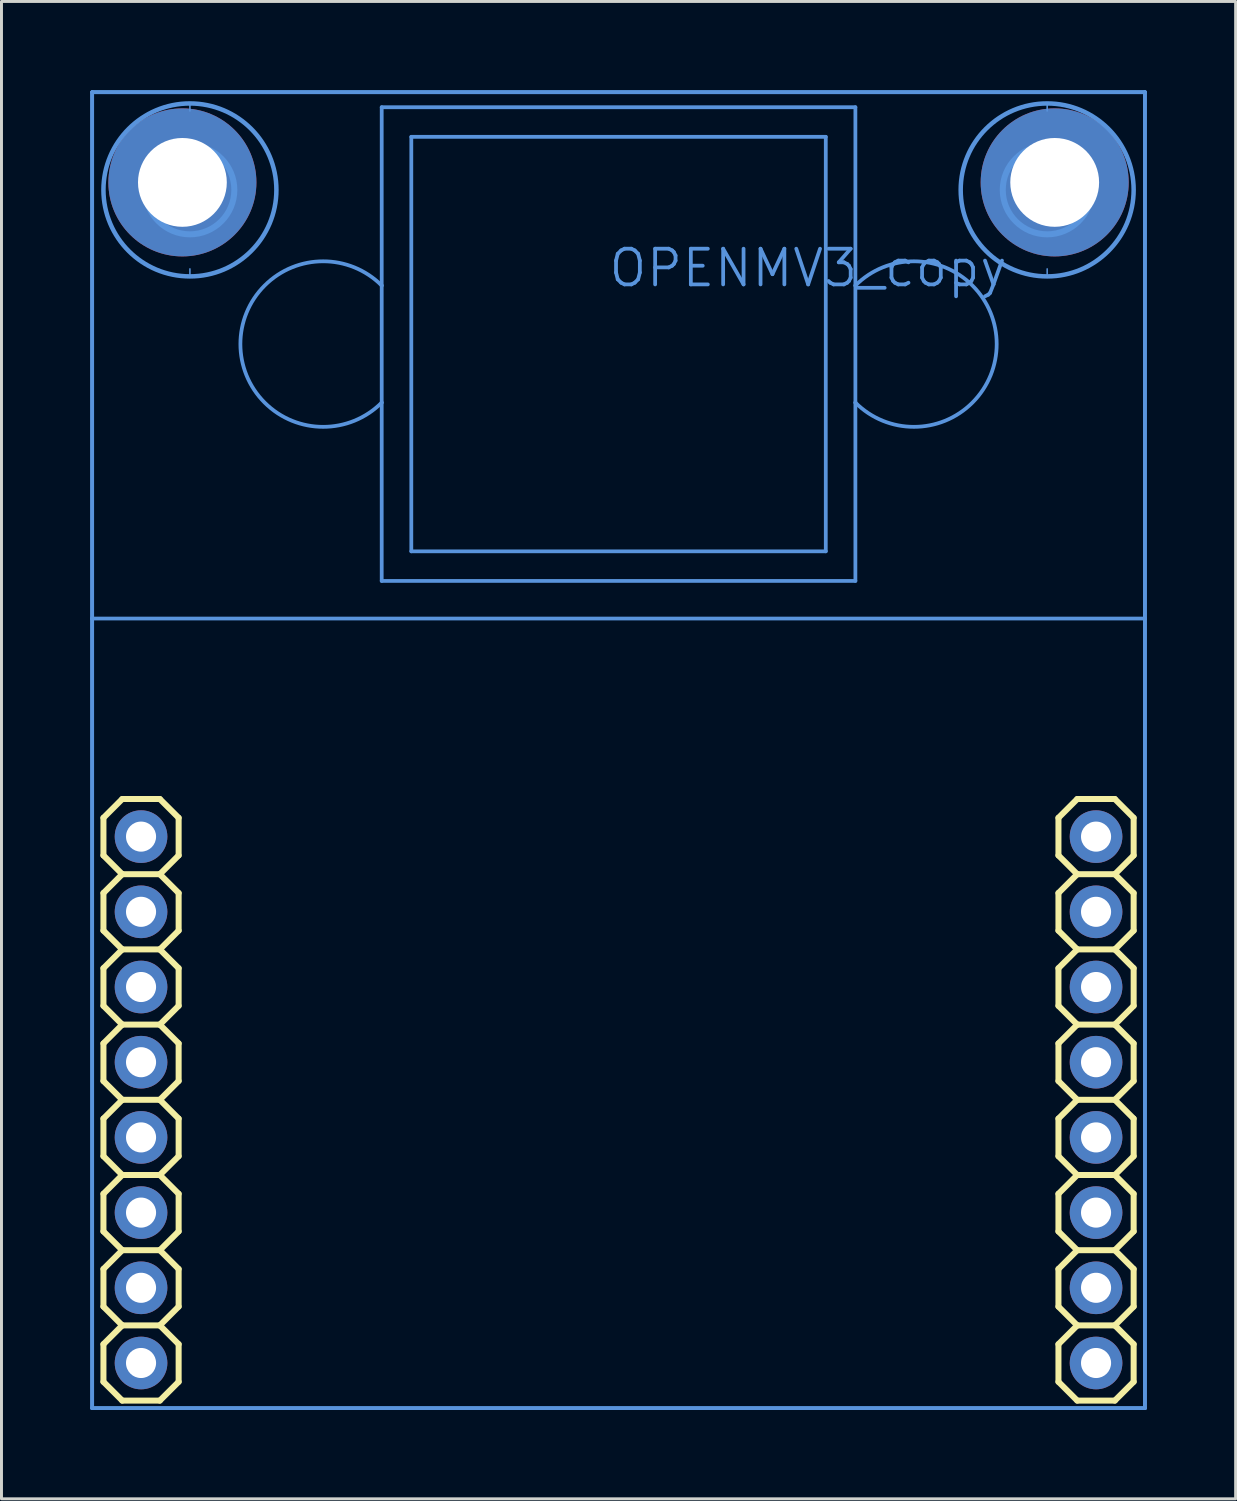
<source format=kicad_pcb>
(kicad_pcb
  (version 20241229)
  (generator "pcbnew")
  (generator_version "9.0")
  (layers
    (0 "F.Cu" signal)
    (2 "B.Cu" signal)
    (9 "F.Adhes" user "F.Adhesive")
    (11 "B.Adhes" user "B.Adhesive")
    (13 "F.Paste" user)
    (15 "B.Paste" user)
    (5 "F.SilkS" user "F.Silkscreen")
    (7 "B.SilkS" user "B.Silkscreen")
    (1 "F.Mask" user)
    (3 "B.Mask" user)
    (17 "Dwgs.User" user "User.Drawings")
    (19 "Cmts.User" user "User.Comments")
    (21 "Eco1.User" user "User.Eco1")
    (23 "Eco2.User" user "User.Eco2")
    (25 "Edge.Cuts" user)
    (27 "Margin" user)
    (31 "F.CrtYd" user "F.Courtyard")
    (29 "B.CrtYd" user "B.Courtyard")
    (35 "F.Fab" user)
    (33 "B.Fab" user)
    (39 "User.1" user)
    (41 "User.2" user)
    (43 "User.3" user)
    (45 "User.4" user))
  (footprint "OPENMV3_copy"
    (layer "F.Cu")
    (at 32.575 3.111)
    (property "Reference" "OPENMV3_copy" (at -15.13 3.6 0) (layer "Cmts.User") (effects (font (size 1.206 1.206) (thickness 0.127)) (justify left bottom)))
    (attr through_hole)
    (fp_line (start -32.131 21.463) (end -32.131 22.733) (stroke (width 0.203) (type solid)) (layer "F.SilkS"))
    (fp_line (start -32.131 22.733) (end -31.496 23.368) (stroke (width 0.203) (type solid)) (layer "F.SilkS"))
    (fp_line (start -32.131 24.003) (end -32.131 25.273) (stroke (width 0.203) (type solid)) (layer "F.SilkS"))
    (fp_line (start -32.131 25.273) (end -31.496 25.908) (stroke (width 0.203) (type solid)) (layer "F.SilkS"))
    (fp_line (start -32.131 26.543) (end -32.131 27.813) (stroke (width 0.203) (type solid)) (layer "F.SilkS"))
    (fp_line (start -32.131 27.813) (end -31.496 28.448) (stroke (width 0.203) (type solid)) (layer "F.SilkS"))
    (fp_line (start -32.131 29.083) (end -32.131 30.353) (stroke (width 0.203) (type solid)) (layer "F.SilkS"))
    (fp_line (start -32.131 30.353) (end -31.496 30.988) (stroke (width 0.203) (type solid)) (layer "F.SilkS"))
    (fp_line (start -32.131 31.623) (end -32.131 32.893) (stroke (width 0.203) (type solid)) (layer "F.SilkS"))
    (fp_line (start -32.131 32.893) (end -31.496 33.528) (stroke (width 0.203) (type solid)) (layer "F.SilkS"))
    (fp_line (start -32.131 34.163) (end -32.131 35.433) (stroke (width 0.203) (type solid)) (layer "F.SilkS"))
    (fp_line (start -32.131 35.433) (end -31.496 36.068) (stroke (width 0.203) (type solid)) (layer "F.SilkS"))
    (fp_line (start -32.131 36.703) (end -32.131 37.973) (stroke (width 0.203) (type solid)) (layer "F.SilkS"))
    (fp_line (start -32.131 37.973) (end -31.496 38.608) (stroke (width 0.203) (type solid)) (layer "F.SilkS"))
    (fp_line (start -32.131 39.243) (end -32.131 40.513) (stroke (width 0.203) (type solid)) (layer "F.SilkS"))
    (fp_line (start -32.131 40.513) (end -31.496 41.148) (stroke (width 0.203) (type solid)) (layer "F.SilkS"))
    (fp_line (start -31.496 20.828) (end -32.131 21.463) (stroke (width 0.203) (type solid)) (layer "F.SilkS"))
    (fp_line (start -31.496 20.828) (end -30.226 20.828) (stroke (width 0.203) (type solid)) (layer "F.SilkS"))
    (fp_line (start -31.496 23.368) (end -32.131 24.003) (stroke (width 0.203) (type solid)) (layer "F.SilkS"))
    (fp_line (start -31.496 25.908) (end -32.131 26.543) (stroke (width 0.203) (type solid)) (layer "F.SilkS"))
    (fp_line (start -31.496 28.448) (end -32.131 29.083) (stroke (width 0.203) (type solid)) (layer "F.SilkS"))
    (fp_line (start -31.496 30.988) (end -32.131 31.623) (stroke (width 0.203) (type solid)) (layer "F.SilkS"))
    (fp_line (start -31.496 33.528) (end -32.131 34.163) (stroke (width 0.203) (type solid)) (layer "F.SilkS"))
    (fp_line (start -31.496 36.068) (end -32.131 36.703) (stroke (width 0.203) (type solid)) (layer "F.SilkS"))
    (fp_line (start -31.496 38.608) (end -32.131 39.243) (stroke (width 0.203) (type solid)) (layer "F.SilkS"))
    (fp_line (start -30.226 20.828) (end -29.591 21.463) (stroke (width 0.203) (type solid)) (layer "F.SilkS"))
    (fp_line (start -30.226 23.368) (end -31.496 23.368) (stroke (width 0.203) (type solid)) (layer "F.SilkS"))
    (fp_line (start -30.226 23.368) (end -29.591 24.003) (stroke (width 0.203) (type solid)) (layer "F.SilkS"))
    (fp_line (start -30.226 25.908) (end -31.496 25.908) (stroke (width 0.203) (type solid)) (layer "F.SilkS"))
    (fp_line (start -30.226 25.908) (end -29.591 26.543) (stroke (width 0.203) (type solid)) (layer "F.SilkS"))
    (fp_line (start -30.226 28.448) (end -31.496 28.448) (stroke (width 0.203) (type solid)) (layer "F.SilkS"))
    (fp_line (start -30.226 28.448) (end -29.591 29.083) (stroke (width 0.203) (type solid)) (layer "F.SilkS"))
    (fp_line (start -30.226 30.988) (end -31.496 30.988) (stroke (width 0.203) (type solid)) (layer "F.SilkS"))
    (fp_line (start -30.226 30.988) (end -29.591 31.623) (stroke (width 0.203) (type solid)) (layer "F.SilkS"))
    (fp_line (start -30.226 33.528) (end -31.496 33.528) (stroke (width 0.203) (type solid)) (layer "F.SilkS"))
    (fp_line (start -30.226 33.528) (end -29.591 34.163) (stroke (width 0.203) (type solid)) (layer "F.SilkS"))
    (fp_line (start -30.226 36.068) (end -31.496 36.068) (stroke (width 0.203) (type solid)) (layer "F.SilkS"))
    (fp_line (start -30.226 36.068) (end -29.591 36.703) (stroke (width 0.203) (type solid)) (layer "F.SilkS"))
    (fp_line (start -30.226 38.608) (end -31.496 38.608) (stroke (width 0.203) (type solid)) (layer "F.SilkS"))
    (fp_line (start -30.226 38.608) (end -29.591 39.243) (stroke (width 0.203) (type solid)) (layer "F.SilkS"))
    (fp_line (start -30.226 41.148) (end -31.496 41.148) (stroke (width 0.203) (type solid)) (layer "F.SilkS"))
    (fp_line (start -29.591 21.463) (end -29.591 22.733) (stroke (width 0.203) (type solid)) (layer "F.SilkS"))
    (fp_line (start -29.591 22.733) (end -30.226 23.368) (stroke (width 0.203) (type solid)) (layer "F.SilkS"))
    (fp_line (start -29.591 24.003) (end -29.591 25.273) (stroke (width 0.203) (type solid)) (layer "F.SilkS"))
    (fp_line (start -29.591 25.273) (end -30.226 25.908) (stroke (width 0.203) (type solid)) (layer "F.SilkS"))
    (fp_line (start -29.591 26.543) (end -29.591 27.813) (stroke (width 0.203) (type solid)) (layer "F.SilkS"))
    (fp_line (start -29.591 27.813) (end -30.226 28.448) (stroke (width 0.203) (type solid)) (layer "F.SilkS"))
    (fp_line (start -29.591 29.083) (end -29.591 30.353) (stroke (width 0.203) (type solid)) (layer "F.SilkS"))
    (fp_line (start -29.591 30.353) (end -30.226 30.988) (stroke (width 0.203) (type solid)) (layer "F.SilkS"))
    (fp_line (start -29.591 31.623) (end -29.591 32.893) (stroke (width 0.203) (type solid)) (layer "F.SilkS"))
    (fp_line (start -29.591 32.893) (end -30.226 33.528) (stroke (width 0.203) (type solid)) (layer "F.SilkS"))
    (fp_line (start -29.591 34.163) (end -29.591 35.433) (stroke (width 0.203) (type solid)) (layer "F.SilkS"))
    (fp_line (start -29.591 35.433) (end -30.226 36.068) (stroke (width 0.203) (type solid)) (layer "F.SilkS"))
    (fp_line (start -29.591 36.703) (end -29.591 37.973) (stroke (width 0.203) (type solid)) (layer "F.SilkS"))
    (fp_line (start -29.591 37.973) (end -30.226 38.608) (stroke (width 0.203) (type solid)) (layer "F.SilkS"))
    (fp_line (start -29.591 39.243) (end -29.591 40.513) (stroke (width 0.203) (type solid)) (layer "F.SilkS"))
    (fp_line (start -29.591 40.513) (end -30.226 41.148) (stroke (width 0.203) (type solid)) (layer "F.SilkS"))
    (fp_line (start 0.127 21.463) (end 0.127 22.733) (stroke (width 0.203) (type solid)) (layer "F.SilkS"))
    (fp_line (start 0.127 22.733) (end 0.762 23.368) (stroke (width 0.203) (type solid)) (layer "F.SilkS"))
    (fp_line (start 0.127 24.003) (end 0.127 25.273) (stroke (width 0.203) (type solid)) (layer "F.SilkS"))
    (fp_line (start 0.127 25.273) (end 0.762 25.908) (stroke (width 0.203) (type solid)) (layer "F.SilkS"))
    (fp_line (start 0.127 26.543) (end 0.127 27.813) (stroke (width 0.203) (type solid)) (layer "F.SilkS"))
    (fp_line (start 0.127 27.813) (end 0.762 28.448) (stroke (width 0.203) (type solid)) (layer "F.SilkS"))
    (fp_line (start 0.127 29.083) (end 0.127 30.353) (stroke (width 0.203) (type solid)) (layer "F.SilkS"))
    (fp_line (start 0.127 30.353) (end 0.762 30.988) (stroke (width 0.203) (type solid)) (layer "F.SilkS"))
    (fp_line (start 0.127 31.623) (end 0.127 32.893) (stroke (width 0.203) (type solid)) (layer "F.SilkS"))
    (fp_line (start 0.127 32.893) (end 0.762 33.528) (stroke (width 0.203) (type solid)) (layer "F.SilkS"))
    (fp_line (start 0.127 34.163) (end 0.127 35.433) (stroke (width 0.203) (type solid)) (layer "F.SilkS"))
    (fp_line (start 0.127 35.433) (end 0.762 36.068) (stroke (width 0.203) (type solid)) (layer "F.SilkS"))
    (fp_line (start 0.127 36.703) (end 0.127 37.973) (stroke (width 0.203) (type solid)) (layer "F.SilkS"))
    (fp_line (start 0.127 37.973) (end 0.762 38.608) (stroke (width 0.203) (type solid)) (layer "F.SilkS"))
    (fp_line (start 0.127 39.243) (end 0.127 40.513) (stroke (width 0.203) (type solid)) (layer "F.SilkS"))
    (fp_line (start 0.127 40.513) (end 0.762 41.148) (stroke (width 0.203) (type solid)) (layer "F.SilkS"))
    (fp_line (start 0.762 20.828) (end 0.127 21.463) (stroke (width 0.203) (type solid)) (layer "F.SilkS"))
    (fp_line (start 0.762 20.828) (end 2.032 20.828) (stroke (width 0.203) (type solid)) (layer "F.SilkS"))
    (fp_line (start 0.762 23.368) (end 0.127 24.003) (stroke (width 0.203) (type solid)) (layer "F.SilkS"))
    (fp_line (start 0.762 25.908) (end 0.127 26.543) (stroke (width 0.203) (type solid)) (layer "F.SilkS"))
    (fp_line (start 0.762 28.448) (end 0.127 29.083) (stroke (width 0.203) (type solid)) (layer "F.SilkS"))
    (fp_line (start 0.762 30.988) (end 0.127 31.623) (stroke (width 0.203) (type solid)) (layer "F.SilkS"))
    (fp_line (start 0.762 33.528) (end 0.127 34.163) (stroke (width 0.203) (type solid)) (layer "F.SilkS"))
    (fp_line (start 0.762 36.068) (end 0.127 36.703) (stroke (width 0.203) (type solid)) (layer "F.SilkS"))
    (fp_line (start 0.762 38.608) (end 0.127 39.243) (stroke (width 0.203) (type solid)) (layer "F.SilkS"))
    (fp_line (start 2.032 20.828) (end 2.667 21.463) (stroke (width 0.203) (type solid)) (layer "F.SilkS"))
    (fp_line (start 2.032 23.368) (end 0.762 23.368) (stroke (width 0.203) (type solid)) (layer "F.SilkS"))
    (fp_line (start 2.032 23.368) (end 2.667 24.003) (stroke (width 0.203) (type solid)) (layer "F.SilkS"))
    (fp_line (start 2.032 25.908) (end 0.762 25.908) (stroke (width 0.203) (type solid)) (layer "F.SilkS"))
    (fp_line (start 2.032 25.908) (end 2.667 26.543) (stroke (width 0.203) (type solid)) (layer "F.SilkS"))
    (fp_line (start 2.032 28.448) (end 0.762 28.448) (stroke (width 0.203) (type solid)) (layer "F.SilkS"))
    (fp_line (start 2.032 28.448) (end 2.667 29.083) (stroke (width 0.203) (type solid)) (layer "F.SilkS"))
    (fp_line (start 2.032 30.988) (end 0.762 30.988) (stroke (width 0.203) (type solid)) (layer "F.SilkS"))
    (fp_line (start 2.032 30.988) (end 2.667 31.623) (stroke (width 0.203) (type solid)) (layer "F.SilkS"))
    (fp_line (start 2.032 33.528) (end 0.762 33.528) (stroke (width 0.203) (type solid)) (layer "F.SilkS"))
    (fp_line (start 2.032 33.528) (end 2.667 34.163) (stroke (width 0.203) (type solid)) (layer "F.SilkS"))
    (fp_line (start 2.032 36.068) (end 0.762 36.068) (stroke (width 0.203) (type solid)) (layer "F.SilkS"))
    (fp_line (start 2.032 36.068) (end 2.667 36.703) (stroke (width 0.203) (type solid)) (layer "F.SilkS"))
    (fp_line (start 2.032 38.608) (end 0.762 38.608) (stroke (width 0.203) (type solid)) (layer "F.SilkS"))
    (fp_line (start 2.032 38.608) (end 2.667 39.243) (stroke (width 0.203) (type solid)) (layer "F.SilkS"))
    (fp_line (start 2.032 41.148) (end 0.762 41.148) (stroke (width 0.203) (type solid)) (layer "F.SilkS"))
    (fp_line (start 2.667 21.463) (end 2.667 22.733) (stroke (width 0.203) (type solid)) (layer "F.SilkS"))
    (fp_line (start 2.667 22.733) (end 2.032 23.368) (stroke (width 0.203) (type solid)) (layer "F.SilkS"))
    (fp_line (start 2.667 24.003) (end 2.667 25.273) (stroke (width 0.203) (type solid)) (layer "F.SilkS"))
    (fp_line (start 2.667 25.273) (end 2.032 25.908) (stroke (width 0.203) (type solid)) (layer "F.SilkS"))
    (fp_line (start 2.667 26.543) (end 2.667 27.813) (stroke (width 0.203) (type solid)) (layer "F.SilkS"))
    (fp_line (start 2.667 27.813) (end 2.032 28.448) (stroke (width 0.203) (type solid)) (layer "F.SilkS"))
    (fp_line (start 2.667 29.083) (end 2.667 30.353) (stroke (width 0.203) (type solid)) (layer "F.SilkS"))
    (fp_line (start 2.667 30.353) (end 2.032 30.988) (stroke (width 0.203) (type solid)) (layer "F.SilkS"))
    (fp_line (start 2.667 31.623) (end 2.667 32.893) (stroke (width 0.203) (type solid)) (layer "F.SilkS"))
    (fp_line (start 2.667 32.893) (end 2.032 33.528) (stroke (width 0.203) (type solid)) (layer "F.SilkS"))
    (fp_line (start 2.667 34.163) (end 2.667 35.433) (stroke (width 0.203) (type solid)) (layer "F.SilkS"))
    (fp_line (start 2.667 35.433) (end 2.032 36.068) (stroke (width 0.203) (type solid)) (layer "F.SilkS"))
    (fp_line (start 2.667 36.703) (end 2.667 37.973) (stroke (width 0.203) (type solid)) (layer "F.SilkS"))
    (fp_line (start 2.667 37.973) (end 2.032 38.608) (stroke (width 0.203) (type solid)) (layer "F.SilkS"))
    (fp_line (start 2.667 39.243) (end 2.667 40.513) (stroke (width 0.203) (type solid)) (layer "F.SilkS"))
    (fp_line (start 2.667 40.513) (end 2.032 41.148) (stroke (width 0.203) (type solid)) (layer "F.SilkS"))
    (fp_line (start -32.512 -3.048) (end 3.048 -3.048) (stroke (width 0.127) (type solid)) (layer "Cmts.User"))
    (fp_line (start -32.512 -3.048) (end 3.048 -3.048) (stroke (width 0.127) (type solid)) (layer "Cmts.User"))
    (fp_line (start -32.512 14.732) (end -32.512 -3.048) (stroke (width 0.127) (type solid)) (layer "Cmts.User"))
    (fp_line (start -32.512 14.732) (end -32.512 -3.048) (stroke (width 0.127) (type solid)) (layer "Cmts.User"))
    (fp_line (start -32.512 14.732) (end 3.048 14.732) (stroke (width 0.127) (type solid)) (layer "Cmts.User"))
    (fp_line (start -32.512 41.402) (end -32.512 14.732) (stroke (width 0.127) (type solid)) (layer "Cmts.User"))
    (fp_line (start -32.512 41.402) (end -32.512 14.732) (stroke (width 0.127) (type solid)) (layer "Cmts.User"))
    (fp_line (start -29.21 -2.667) (end -29.21 -2.413) (stroke (width 0.051) (type solid)) (layer "Cmts.User"))
    (fp_line (start -29.21 2.921) (end -29.21 3.175) (stroke (width 0.051) (type solid)) (layer "Cmts.User"))
    (fp_line (start -22.732 -2.539) (end -6.732 -2.539) (stroke (width 0.127) (type solid)) (layer "Cmts.User"))
    (fp_line (start -22.732 3.484) (end -22.732 -2.539) (stroke (width 0.127) (type solid)) (layer "Cmts.User"))
    (fp_line (start -22.732 7.438) (end -22.732 3.484) (stroke (width 0.127) (type solid)) (layer "Cmts.User"))
    (fp_line (start -22.732 13.461) (end -22.732 7.438) (stroke (width 0.127) (type solid)) (layer "Cmts.User"))
    (fp_line (start -21.732 -1.539) (end -21.732 12.461) (stroke (width 0.127) (type solid)) (layer "Cmts.User"))
    (fp_line (start -21.732 12.461) (end -7.732 12.461) (stroke (width 0.127) (type solid)) (layer "Cmts.User"))
    (fp_line (start -7.732 -1.539) (end -21.732 -1.539) (stroke (width 0.127) (type solid)) (layer "Cmts.User"))
    (fp_line (start -7.732 12.461) (end -7.732 -1.539) (stroke (width 0.127) (type solid)) (layer "Cmts.User"))
    (fp_line (start -6.732 -2.539) (end -6.732 3.484) (stroke (width 0.127) (type solid)) (layer "Cmts.User"))
    (fp_line (start -6.732 3.484) (end -6.732 7.438) (stroke (width 0.127) (type solid)) (layer "Cmts.User"))
    (fp_line (start -6.732 7.438) (end -6.732 13.461) (stroke (width 0.127) (type solid)) (layer "Cmts.User"))
    (fp_line (start -6.732 13.461) (end -22.732 13.461) (stroke (width 0.127) (type solid)) (layer "Cmts.User"))
    (fp_line (start -0.254 -2.667) (end -0.254 -2.413) (stroke (width 0.051) (type solid)) (layer "Cmts.User"))
    (fp_line (start -0.254 2.921) (end -0.254 3.175) (stroke (width 0.051) (type solid)) (layer "Cmts.User"))
    (fp_line (start 3.048 -3.048) (end 3.048 14.732) (stroke (width 0.127) (type solid)) (layer "Cmts.User"))
    (fp_line (start 3.048 -3.048) (end 3.048 14.732) (stroke (width 0.127) (type solid)) (layer "Cmts.User"))
    (fp_line (start 3.048 14.732) (end 3.048 41.402) (stroke (width 0.127) (type solid)) (layer "Cmts.User"))
    (fp_line (start 3.048 14.732) (end 3.048 41.402) (stroke (width 0.127) (type solid)) (layer "Cmts.User"))
    (fp_line (start 3.048 41.402) (end -32.512 41.402) (stroke (width 0.127) (type solid)) (layer "Cmts.User"))
    (fp_line (start 3.048 41.402) (end -32.512 41.402) (stroke (width 0.127) (type solid)) (layer "Cmts.User"))
    (fp_arc (start -22.732 7.438) (mid -27.5049 5.461) (end -22.732 3.484) (stroke (width 0.127) (type solid)) (layer "Cmts.User"))
    (fp_arc (start -6.732 3.484) (mid -1.9591 5.461) (end -6.732 7.438) (stroke (width 0.127) (type solid)) (layer "Cmts.User"))
    (fp_circle (center -29.21 0.254) (end -27.71 0.254) (stroke (width 0.203) (type solid)) (fill no) (layer "Cmts.User"))
    (fp_circle (center -29.21 0.254) (end -26.289 0.254) (stroke (width 0.152) (type solid)) (fill no) (layer "Cmts.User"))
    (fp_circle (center -0.254 0.254) (end 1.246 0.254) (stroke (width 0.203) (type solid)) (fill no) (layer "Cmts.User"))
    (fp_circle (center -0.254 0.254) (end 2.667 0.254) (stroke (width 0.152) (type solid)) (fill no) (layer "Cmts.User"))
    (pad "11" thru_hole circle (at -30.861 22.098 270) (size 1.778 1.778) (drill 1.016) (layers "*.Cu" "*.Mask"))
    (pad "12" thru_hole circle (at -30.861 24.638 270) (size 1.778 1.778) (drill 1.016) (layers "*.Cu" "*.Mask"))
    (pad "13" thru_hole circle (at -30.861 27.178 270) (size 1.778 1.778) (drill 1.016) (layers "*.Cu" "*.Mask"))
    (pad "14" thru_hole circle (at -30.861 29.718 270) (size 1.778 1.778) (drill 1.016) (layers "*.Cu" "*.Mask"))
    (pad "15" thru_hole circle (at -30.861 32.258 270) (size 1.778 1.778) (drill 1.016) (layers "*.Cu" "*.Mask"))
    (pad "16" thru_hole circle (at -30.861 34.798 270) (size 1.778 1.778) (drill 1.016) (layers "*.Cu" "*.Mask"))
    (pad "17" thru_hole circle (at -30.861 37.338 270) (size 1.778 1.778) (drill 1.016) (layers "*.Cu" "*.Mask"))
    (pad "18" thru_hole circle (at -30.861 39.878 270) (size 1.778 1.778) (drill 1.016) (layers "*.Cu" "*.Mask"))
    (pad "21" thru_hole circle (at 1.397 22.098 270) (size 1.778 1.778) (drill 1.016) (layers "*.Cu" "*.Mask"))
    (pad "22" thru_hole circle (at 1.397 24.638 270) (size 1.778 1.778) (drill 1.016) (layers "*.Cu" "*.Mask"))
    (pad "23" thru_hole circle (at 1.397 27.178 270) (size 1.778 1.778) (drill 1.016) (layers "*.Cu" "*.Mask"))
    (pad "24" thru_hole circle (at 1.397 29.718 270) (size 1.778 1.778) (drill 1.016) (layers "*.Cu" "*.Mask"))
    (pad "25" thru_hole circle (at 1.397 32.258 270) (size 1.778 1.778) (drill 1.016) (layers "*.Cu" "*.Mask"))
    (pad "26" thru_hole circle (at 1.397 34.798 270) (size 1.778 1.778) (drill 1.016) (layers "*.Cu" "*.Mask"))
    (pad "27" thru_hole circle (at 1.397 37.338 270) (size 1.778 1.778) (drill 1.016) (layers "*.Cu" "*.Mask"))
    (pad "28" thru_hole circle (at 1.397 39.878 270) (size 1.778 1.778) (drill 1.016) (layers "*.Cu" "*.Mask"))
    (pad "MH" thru_hole circle (at -29.464 0) (size 5 5) (drill 3) (layers "*.Cu" "*.Mask"))
    (pad "MH" thru_hole circle (at 0 0 270) (size 5 5) (drill 3) (layers "*.Cu" "*.Mask")))
  (gr_rect
    (start -3 -3)
    (end 38.687 47.577)
    (stroke (width 0.1) (type default))
    (fill no)
    (layer "Edge.Cuts")))
</source>
